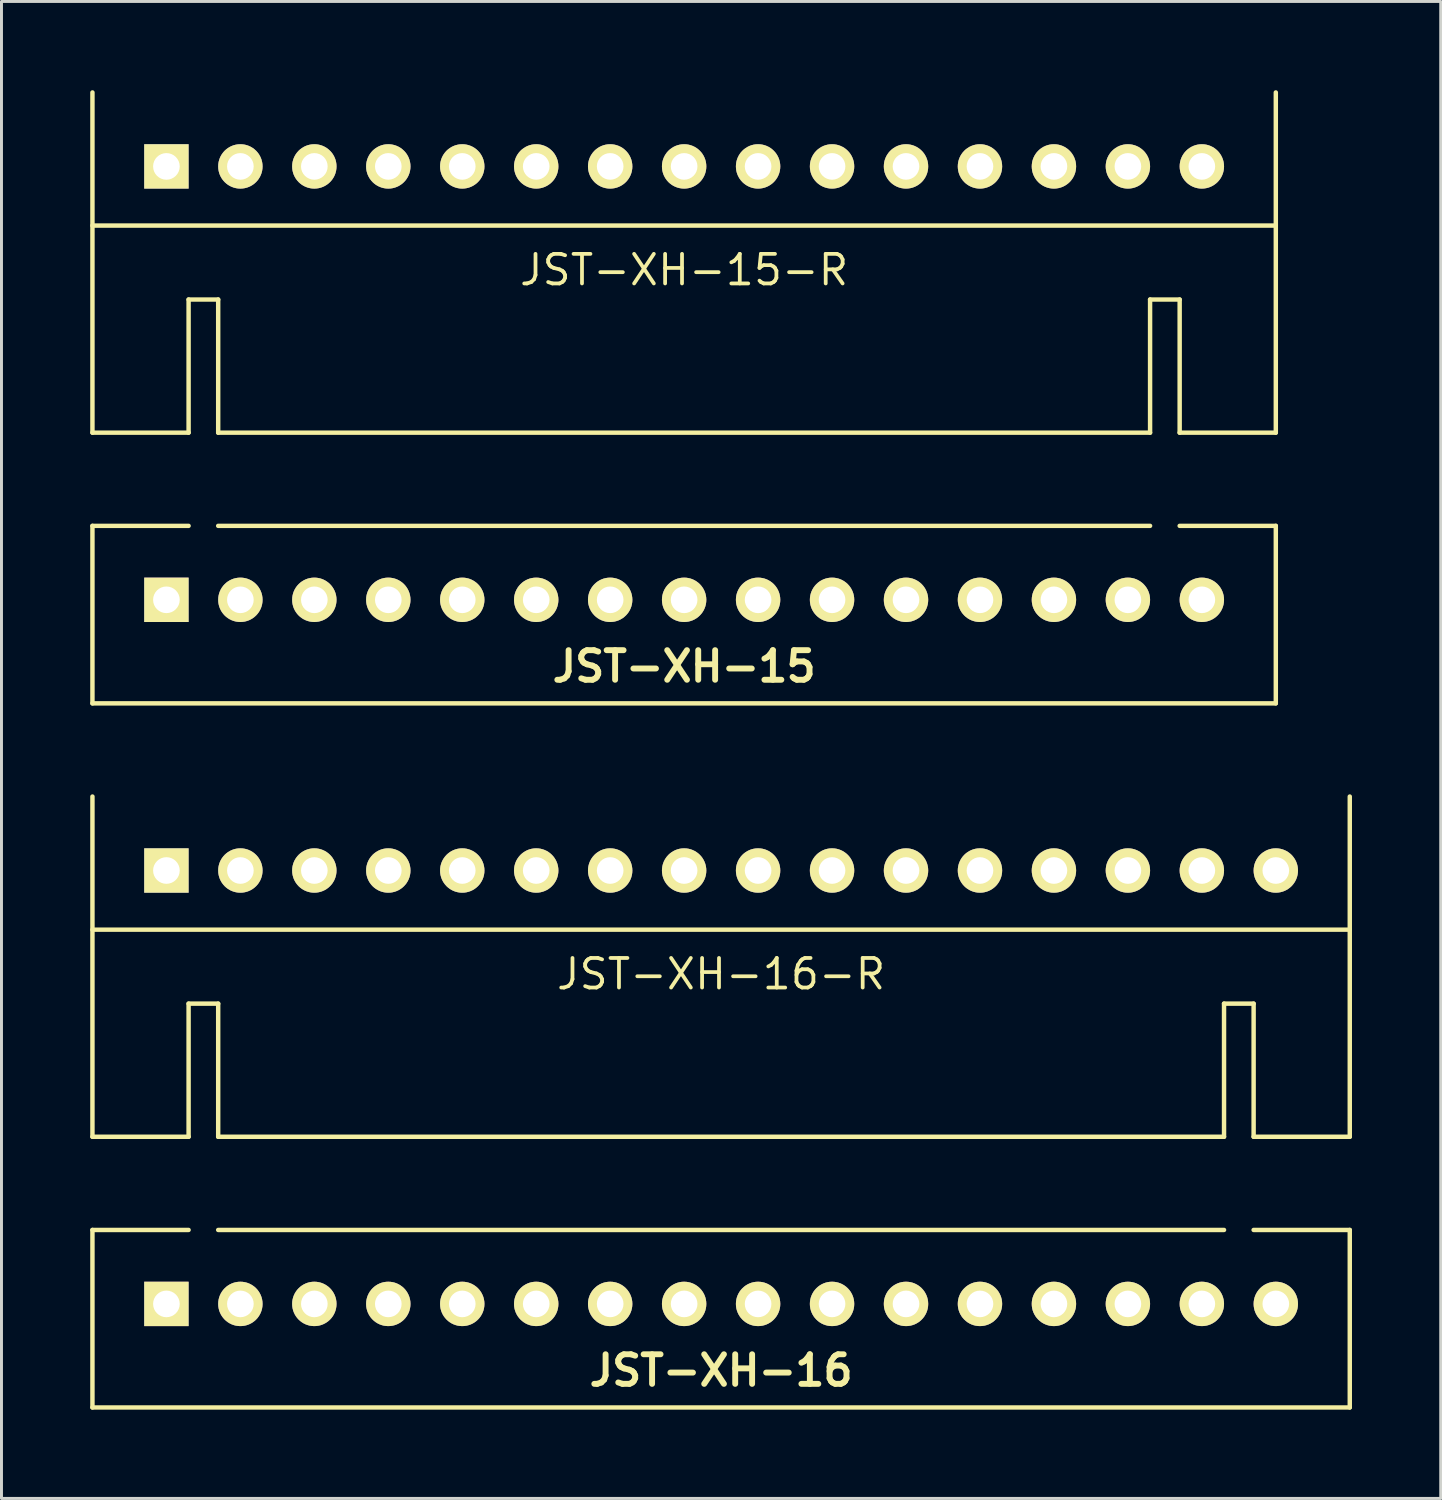
<source format=kicad_pcb>
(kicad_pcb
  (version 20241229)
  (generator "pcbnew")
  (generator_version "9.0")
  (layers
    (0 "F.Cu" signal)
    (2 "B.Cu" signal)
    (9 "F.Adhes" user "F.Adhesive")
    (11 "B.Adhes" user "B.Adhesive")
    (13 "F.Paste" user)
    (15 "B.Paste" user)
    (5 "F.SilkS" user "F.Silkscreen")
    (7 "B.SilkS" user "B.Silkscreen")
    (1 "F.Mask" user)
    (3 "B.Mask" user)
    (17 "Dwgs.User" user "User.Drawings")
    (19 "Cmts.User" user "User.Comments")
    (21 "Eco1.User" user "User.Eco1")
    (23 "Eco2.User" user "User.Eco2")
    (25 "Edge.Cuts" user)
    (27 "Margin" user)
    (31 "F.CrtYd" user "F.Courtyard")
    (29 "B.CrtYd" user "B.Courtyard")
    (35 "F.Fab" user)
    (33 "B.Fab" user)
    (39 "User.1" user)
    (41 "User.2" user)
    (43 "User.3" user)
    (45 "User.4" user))
  (footprint "JST-XH-15-R"
    (layer "F.Cu")
    (at 20.075 2.575)
    (property "Reference" "JST-XH-15-R" (at 0 3.5 0) (layer "F.SilkS") (effects (font (size 1 1) (thickness 0.127))))
    (attr through_hole)
    (fp_line (start -20 2) (end 20 2) (stroke (width 0.15) (type solid)) (layer "F.SilkS"))
    (fp_line (start -20 9) (end -20 -2.5) (stroke (width 0.15) (type solid)) (layer "F.SilkS"))
    (fp_line (start -16.75 4.5) (end -16.75 9) (stroke (width 0.15) (type solid)) (layer "F.SilkS"))
    (fp_line (start -16.75 9) (end -20 9) (stroke (width 0.15) (type solid)) (layer "F.SilkS"))
    (fp_line (start -15.75 4.5) (end -16.75 4.5) (stroke (width 0.15) (type solid)) (layer "F.SilkS"))
    (fp_line (start -15.75 9) (end -15.75 4.5) (stroke (width 0.15) (type solid)) (layer "F.SilkS"))
    (fp_line (start 15.75 4.5) (end 15.75 9) (stroke (width 0.15) (type solid)) (layer "F.SilkS"))
    (fp_line (start 15.75 9) (end -15.75 9) (stroke (width 0.15) (type solid)) (layer "F.SilkS"))
    (fp_line (start 16.75 4.5) (end 15.75 4.5) (stroke (width 0.15) (type solid)) (layer "F.SilkS"))
    (fp_line (start 16.75 9) (end 16.75 4.5) (stroke (width 0.15) (type solid)) (layer "F.SilkS"))
    (fp_line (start 20 9) (end 16.75 9) (stroke (width 0.15) (type solid)) (layer "F.SilkS"))
    (fp_line (start 20 9) (end 20 -2.5) (stroke (width 0.15) (type solid)) (layer "F.SilkS"))
    (pad "1" thru_hole rect (at -17.5 0) (size 1.5 1.5) (drill 0.9) (layers "*.Cu" "*.Mask" "F.SilkS"))
    (pad "2" thru_hole circle (at -15 0) (size 1.5 1.5) (drill 0.9) (layers "*.Cu" "*.Mask" "F.SilkS"))
    (pad "3" thru_hole circle (at -12.5 0) (size 1.5 1.5) (drill 0.9) (layers "*.Cu" "*.Mask" "F.SilkS"))
    (pad "4" thru_hole circle (at -10 0) (size 1.5 1.5) (drill 0.9) (layers "*.Cu" "*.Mask" "F.SilkS"))
    (pad "5" thru_hole circle (at -7.5 0) (size 1.5 1.5) (drill 0.9) (layers "*.Cu" "*.Mask" "F.SilkS"))
    (pad "6" thru_hole circle (at -5 0) (size 1.5 1.5) (drill 0.9) (layers "*.Cu" "*.Mask" "F.SilkS"))
    (pad "7" thru_hole circle (at -2.5 0) (size 1.5 1.5) (drill 0.9) (layers "*.Cu" "*.Mask" "F.SilkS"))
    (pad "8" thru_hole circle (at 0 0) (size 1.5 1.5) (drill 0.9) (layers "*.Cu" "*.Mask" "F.SilkS"))
    (pad "9" thru_hole circle (at 2.5 0) (size 1.5 1.5) (drill 0.9) (layers "*.Cu" "*.Mask" "F.SilkS"))
    (pad "10" thru_hole circle (at 5 0) (size 1.5 1.5) (drill 0.9) (layers "*.Cu" "*.Mask" "F.SilkS"))
    (pad "11" thru_hole circle (at 7.5 0) (size 1.5 1.5) (drill 0.9) (layers "*.Cu" "*.Mask" "F.SilkS"))
    (pad "12" thru_hole circle (at 10 0) (size 1.5 1.5) (drill 0.9) (layers "*.Cu" "*.Mask" "F.SilkS"))
    (pad "13" thru_hole circle (at 12.5 0) (size 1.5 1.5) (drill 0.9) (layers "*.Cu" "*.Mask" "F.SilkS"))
    (pad "14" thru_hole circle (at 15 0) (size 1.5 1.5) (drill 0.9) (layers "*.Cu" "*.Mask" "F.SilkS"))
    (pad "15" thru_hole circle (at 17.5 0) (size 1.5 1.5) (drill 0.9) (layers "*.Cu" "*.Mask" "F.SilkS")))
  (footprint "JST-XH-16"
    (layer "F.Cu")
    (at 21.325 41.025)
    (property "Reference" "JST-XH-16" (at 0 2.25 0) (layer "F.SilkS") (effects (font (size 1 1) (thickness 0.2))))
    (attr through_hole)
    (fp_line (start -21.25 -2.5) (end -18 -2.5) (stroke (width 0.15) (type solid)) (layer "F.SilkS"))
    (fp_line (start -21.25 3.5) (end -21.25 -2.5) (stroke (width 0.15) (type solid)) (layer "F.SilkS"))
    (fp_line (start 17 -2.5) (end -17 -2.5) (stroke (width 0.15) (type solid)) (layer "F.SilkS"))
    (fp_line (start 21.25 -2.5) (end 18 -2.5) (stroke (width 0.15) (type solid)) (layer "F.SilkS"))
    (fp_line (start 21.25 -2.5) (end 21.25 3.5) (stroke (width 0.15) (type solid)) (layer "F.SilkS"))
    (fp_line (start 21.25 3.5) (end -21.25 3.5) (stroke (width 0.15) (type solid)) (layer "F.SilkS"))
    (pad "1" thru_hole rect (at -18.75 0) (size 1.5 1.5) (drill 0.9) (layers "*.Cu" "*.Mask" "F.SilkS"))
    (pad "2" thru_hole circle (at -16.25 0) (size 1.5 1.5) (drill 0.9) (layers "*.Cu" "*.Mask" "F.SilkS"))
    (pad "3" thru_hole circle (at -13.75 0) (size 1.5 1.5) (drill 0.9) (layers "*.Cu" "*.Mask" "F.SilkS"))
    (pad "4" thru_hole circle (at -11.25 0) (size 1.5 1.5) (drill 0.9) (layers "*.Cu" "*.Mask" "F.SilkS"))
    (pad "5" thru_hole circle (at -8.75 0) (size 1.5 1.5) (drill 0.9) (layers "*.Cu" "*.Mask" "F.SilkS"))
    (pad "6" thru_hole circle (at -6.25 0) (size 1.5 1.5) (drill 0.9) (layers "*.Cu" "*.Mask" "F.SilkS"))
    (pad "7" thru_hole circle (at -3.75 0) (size 1.5 1.5) (drill 0.9) (layers "*.Cu" "*.Mask" "F.SilkS"))
    (pad "8" thru_hole circle (at -1.25 0) (size 1.5 1.5) (drill 0.9) (layers "*.Cu" "*.Mask" "F.SilkS"))
    (pad "9" thru_hole circle (at 1.25 0) (size 1.5 1.5) (drill 0.9) (layers "*.Cu" "*.Mask" "F.SilkS"))
    (pad "10" thru_hole circle (at 3.75 0) (size 1.5 1.5) (drill 0.9) (layers "*.Cu" "*.Mask" "F.SilkS"))
    (pad "11" thru_hole circle (at 6.25 0) (size 1.5 1.5) (drill 0.9) (layers "*.Cu" "*.Mask" "F.SilkS"))
    (pad "12" thru_hole circle (at 8.75 0) (size 1.5 1.5) (drill 0.9) (layers "*.Cu" "*.Mask" "F.SilkS"))
    (pad "13" thru_hole circle (at 11.25 0) (size 1.5 1.5) (drill 0.9) (layers "*.Cu" "*.Mask" "F.SilkS"))
    (pad "14" thru_hole circle (at 13.75 0) (size 1.5 1.5) (drill 0.9) (layers "*.Cu" "*.Mask" "F.SilkS"))
    (pad "15" thru_hole circle (at 16.25 0) (size 1.5 1.5) (drill 0.9) (layers "*.Cu" "*.Mask" "F.SilkS"))
    (pad "16" thru_hole circle (at 18.75 0) (size 1.5 1.5) (drill 0.9) (layers "*.Cu" "*.Mask" "F.SilkS")))
  (footprint "JST-XH-15"
    (layer "F.Cu")
    (at 20.075 17.225)
    (property "Reference" "JST-XH-15" (at 0 2.25 0) (layer "F.SilkS") (effects (font (size 1 1) (thickness 0.2))))
    (attr through_hole)
    (fp_line (start -20 -2.5) (end -16.75 -2.5) (stroke (width 0.15) (type solid)) (layer "F.SilkS"))
    (fp_line (start -20 3.5) (end -20 -2.5) (stroke (width 0.15) (type solid)) (layer "F.SilkS"))
    (fp_line (start 15.75 -2.5) (end -15.75 -2.5) (stroke (width 0.15) (type solid)) (layer "F.SilkS"))
    (fp_line (start 20 -2.5) (end 16.75 -2.5) (stroke (width 0.15) (type solid)) (layer "F.SilkS"))
    (fp_line (start 20 -2.5) (end 20 3.5) (stroke (width 0.15) (type solid)) (layer "F.SilkS"))
    (fp_line (start 20 3.5) (end -20 3.5) (stroke (width 0.15) (type solid)) (layer "F.SilkS"))
    (pad "1" thru_hole rect (at -17.5 0) (size 1.5 1.5) (drill 0.9) (layers "*.Cu" "*.Mask" "F.SilkS"))
    (pad "2" thru_hole circle (at -15 0) (size 1.5 1.5) (drill 0.9) (layers "*.Cu" "*.Mask" "F.SilkS"))
    (pad "3" thru_hole circle (at -12.5 0) (size 1.5 1.5) (drill 0.9) (layers "*.Cu" "*.Mask" "F.SilkS"))
    (pad "4" thru_hole circle (at -10 0) (size 1.5 1.5) (drill 0.9) (layers "*.Cu" "*.Mask" "F.SilkS"))
    (pad "5" thru_hole circle (at -7.5 0) (size 1.5 1.5) (drill 0.9) (layers "*.Cu" "*.Mask" "F.SilkS"))
    (pad "6" thru_hole circle (at -5 0) (size 1.5 1.5) (drill 0.9) (layers "*.Cu" "*.Mask" "F.SilkS"))
    (pad "7" thru_hole circle (at -2.5 0) (size 1.5 1.5) (drill 0.9) (layers "*.Cu" "*.Mask" "F.SilkS"))
    (pad "8" thru_hole circle (at 0 0) (size 1.5 1.5) (drill 0.9) (layers "*.Cu" "*.Mask" "F.SilkS"))
    (pad "9" thru_hole circle (at 2.5 0) (size 1.5 1.5) (drill 0.9) (layers "*.Cu" "*.Mask" "F.SilkS"))
    (pad "10" thru_hole circle (at 5 0) (size 1.5 1.5) (drill 0.9) (layers "*.Cu" "*.Mask" "F.SilkS"))
    (pad "11" thru_hole circle (at 7.5 0) (size 1.5 1.5) (drill 0.9) (layers "*.Cu" "*.Mask" "F.SilkS"))
    (pad "12" thru_hole circle (at 10 0) (size 1.5 1.5) (drill 0.9) (layers "*.Cu" "*.Mask" "F.SilkS"))
    (pad "13" thru_hole circle (at 12.5 0) (size 1.5 1.5) (drill 0.9) (layers "*.Cu" "*.Mask" "F.SilkS"))
    (pad "14" thru_hole circle (at 15 0) (size 1.5 1.5) (drill 0.9) (layers "*.Cu" "*.Mask" "F.SilkS"))
    (pad "15" thru_hole circle (at 17.5 0) (size 1.5 1.5) (drill 0.9) (layers "*.Cu" "*.Mask" "F.SilkS")))
  (footprint "JST-XH-16-R"
    (layer "F.Cu")
    (at 21.325 26.375)
    (property "Reference" "JST-XH-16-R" (at 0 3.5 0) (layer "F.SilkS") (effects (font (size 1 1) (thickness 0.127))))
    (attr through_hole)
    (fp_line (start -21.25 2) (end 21.25 2) (stroke (width 0.15) (type solid)) (layer "F.SilkS"))
    (fp_line (start -21.25 9) (end -21.25 -2.5) (stroke (width 0.15) (type solid)) (layer "F.SilkS"))
    (fp_line (start -18 4.5) (end -18 9) (stroke (width 0.15) (type solid)) (layer "F.SilkS"))
    (fp_line (start -18 9) (end -21.25 9) (stroke (width 0.15) (type solid)) (layer "F.SilkS"))
    (fp_line (start -17 4.5) (end -18 4.5) (stroke (width 0.15) (type solid)) (layer "F.SilkS"))
    (fp_line (start -17 9) (end -17 4.5) (stroke (width 0.15) (type solid)) (layer "F.SilkS"))
    (fp_line (start 17 4.5) (end 17 9) (stroke (width 0.15) (type solid)) (layer "F.SilkS"))
    (fp_line (start 17 9) (end -17 9) (stroke (width 0.15) (type solid)) (layer "F.SilkS"))
    (fp_line (start 18 4.5) (end 17 4.5) (stroke (width 0.15) (type solid)) (layer "F.SilkS"))
    (fp_line (start 18 9) (end 18 4.5) (stroke (width 0.15) (type solid)) (layer "F.SilkS"))
    (fp_line (start 21.25 9) (end 18 9) (stroke (width 0.15) (type solid)) (layer "F.SilkS"))
    (fp_line (start 21.25 9) (end 21.25 -2.5) (stroke (width 0.15) (type solid)) (layer "F.SilkS"))
    (pad "1" thru_hole rect (at -18.75 0) (size 1.5 1.5) (drill 0.9) (layers "*.Cu" "*.Mask" "F.SilkS"))
    (pad "2" thru_hole circle (at -16.25 0) (size 1.5 1.5) (drill 0.9) (layers "*.Cu" "*.Mask" "F.SilkS"))
    (pad "3" thru_hole circle (at -13.75 0) (size 1.5 1.5) (drill 0.9) (layers "*.Cu" "*.Mask" "F.SilkS"))
    (pad "4" thru_hole circle (at -11.25 0) (size 1.5 1.5) (drill 0.9) (layers "*.Cu" "*.Mask" "F.SilkS"))
    (pad "5" thru_hole circle (at -8.75 0) (size 1.5 1.5) (drill 0.9) (layers "*.Cu" "*.Mask" "F.SilkS"))
    (pad "6" thru_hole circle (at -6.25 0) (size 1.5 1.5) (drill 0.9) (layers "*.Cu" "*.Mask" "F.SilkS"))
    (pad "7" thru_hole circle (at -3.75 0) (size 1.5 1.5) (drill 0.9) (layers "*.Cu" "*.Mask" "F.SilkS"))
    (pad "8" thru_hole circle (at -1.25 0) (size 1.5 1.5) (drill 0.9) (layers "*.Cu" "*.Mask" "F.SilkS"))
    (pad "9" thru_hole circle (at 1.25 0) (size 1.5 1.5) (drill 0.9) (layers "*.Cu" "*.Mask" "F.SilkS"))
    (pad "10" thru_hole circle (at 3.75 0) (size 1.5 1.5) (drill 0.9) (layers "*.Cu" "*.Mask" "F.SilkS"))
    (pad "11" thru_hole circle (at 6.25 0) (size 1.5 1.5) (drill 0.9) (layers "*.Cu" "*.Mask" "F.SilkS"))
    (pad "12" thru_hole circle (at 8.75 0) (size 1.5 1.5) (drill 0.9) (layers "*.Cu" "*.Mask" "F.SilkS"))
    (pad "13" thru_hole circle (at 11.25 0) (size 1.5 1.5) (drill 0.9) (layers "*.Cu" "*.Mask" "F.SilkS"))
    (pad "14" thru_hole circle (at 13.75 0) (size 1.5 1.5) (drill 0.9) (layers "*.Cu" "*.Mask" "F.SilkS"))
    (pad "15" thru_hole circle (at 16.25 0) (size 1.5 1.5) (drill 0.9) (layers "*.Cu" "*.Mask" "F.SilkS"))
    (pad "16" thru_hole circle (at 18.75 0) (size 1.5 1.5) (drill 0.9) (layers "*.Cu" "*.Mask" "F.SilkS")))
  (gr_rect
    (start -3 -3)
    (end 45.65 47.6)
    (stroke (width 0.1) (type default))
    (fill no)
    (layer "Edge.Cuts")))
</source>
